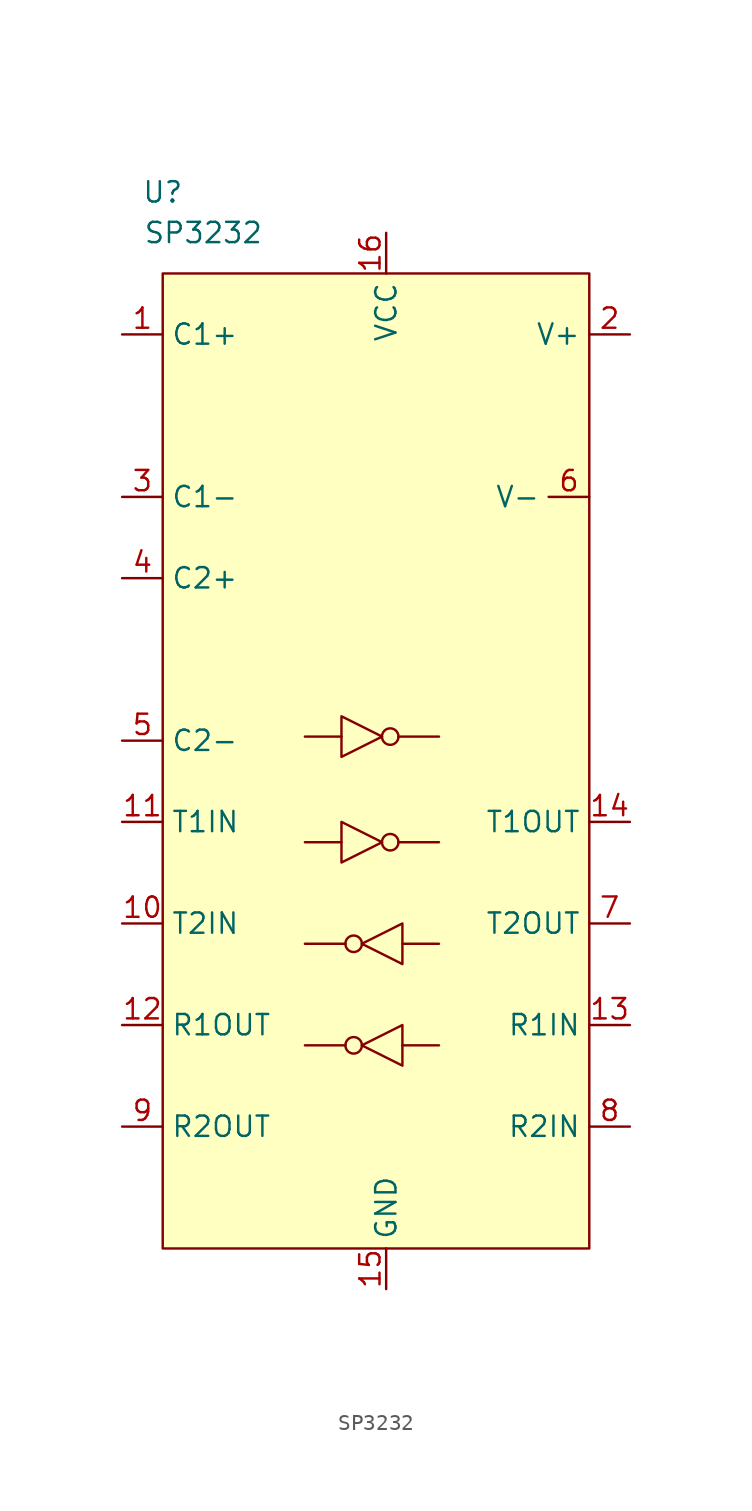
<source format=kicad_sym>
(kicad_symbol_lib
  (version 20211014)
  (generator kicad_symbol_editor)
  (symbol "SP3232"
    (property "Reference" "U"
      (at -8.89 19.05 0)
      (effects (font (size 1.27 1.27))))
    (property "Value" "SP3232"
      (at -6.35 16.51 0)
      (effects (font (size 1.27 1.27))))
    (symbol "SP3232_0_1"
      (rectangle (start -8.89 13.97) (end 17.78 -46.99) (stroke (width 0) (type default) (color 0 0 0 0)) (fill (type background)))
      (polyline (pts (xy 0 -21.59) (xy 2.286 -21.59)) (stroke (width 0) (type default) (color 0 0 0 0)) (fill (type none)))
      (polyline (pts (xy 0 -14.986) (xy 2.286 -14.986)) (stroke (width 0) (type default) (color 0 0 0 0)) (fill (type none)))
      (polyline (pts (xy 2.54 -34.29) (xy 0 -34.29)) (stroke (width 0) (type default) (color 0 0 0 0)) (fill (type none)))
      (polyline (pts (xy 2.54 -27.94) (xy 0 -27.94)) (stroke (width 0) (type default) (color 0 0 0 0)) (fill (type none)))
      (polyline (pts (xy 5.842 -21.59) (xy 8.382 -21.59)) (stroke (width 0) (type default) (color 0 0 0 0)) (fill (type none)))
      (polyline (pts (xy 5.842 -14.986) (xy 8.382 -14.986)) (stroke (width 0) (type default) (color 0 0 0 0)) (fill (type none)))
      (polyline (pts (xy 8.382 -34.29) (xy 6.096 -34.29)) (stroke (width 0) (type default) (color 0 0 0 0)) (fill (type none)))
      (polyline (pts (xy 8.382 -27.94) (xy 6.096 -27.94)) (stroke (width 0) (type default) (color 0 0 0 0)) (fill (type none)))
      (polyline (pts (xy 2.286 -20.32) (xy 2.286 -22.86) (xy 4.826 -21.59) (xy 2.286 -20.32)) (stroke (width 0) (type default) (color 0 0 0 0)) (fill (type background)))
      (polyline (pts (xy 2.286 -13.716) (xy 2.286 -16.256) (xy 4.826 -14.986) (xy 2.286 -13.716)) (stroke (width 0) (type default) (color 0 0 0 0)) (fill (type background)))
      (polyline (pts (xy 6.096 -35.56) (xy 6.096 -33.02) (xy 3.556 -34.29) (xy 6.096 -35.56)) (stroke (width 0) (type default) (color 0 0 0 0)) (fill (type background)))
      (polyline (pts (xy 6.096 -29.21) (xy 6.096 -26.67) (xy 3.556 -27.94) (xy 6.096 -29.21)) (stroke (width 0) (type default) (color 0 0 0 0)) (fill (type background)))
      (circle (center 3.048 -34.29) (radius 0.516) (stroke (width 0) (type default) (color 0 0 0 0)) (fill (type background)))
      (circle (center 3.048 -27.94) (radius 0.516) (stroke (width 0) (type default) (color 0 0 0 0)) (fill (type background)))
      (circle (center 5.334 -21.59) (radius 0.516) (stroke (width 0) (type default) (color 0 0 0 0)) (fill (type background)))
      (circle (center 5.334 -14.986) (radius 0.516) (stroke (width 0) (type default) (color 0 0 0 0)) (fill (type background))))
    (symbol "SP3232_1_1"
      (pin bidirectional line (at -11.43 10.16 0) (length 2.54) (name "C1+" (effects (font (size 1.27 1.27)))) (number "1" (effects (font (size 1.27 1.27)))))
      (pin bidirectional line (at -11.43 -26.67 0) (length 2.54) (name "T2IN" (effects (font (size 1.27 1.27)))) (number "10" (effects (font (size 1.27 1.27)))))
      (pin bidirectional line (at -11.43 -20.32 0) (length 2.54) (name "T1IN" (effects (font (size 1.27 1.27)))) (number "11" (effects (font (size 1.27 1.27)))))
      (pin bidirectional line (at -11.43 -33.02 0) (length 2.54) (name "R1OUT" (effects (font (size 1.27 1.27)))) (number "12" (effects (font (size 1.27 1.27)))))
      (pin bidirectional line (at 20.32 -33.02 180) (length 2.54) (name "R1IN" (effects (font (size 1.27 1.27)))) (number "13" (effects (font (size 1.27 1.27)))))
      (pin bidirectional line (at 20.32 -20.32 180) (length 2.54) (name "T1OUT" (effects (font (size 1.27 1.27)))) (number "14" (effects (font (size 1.27 1.27)))))
      (pin power_in line (at 5.08 -49.53 90) (length 2.54) (name "GND" (effects (font (size 1.27 1.27)))) (number "15" (effects (font (size 1.27 1.27)))))
      (pin bidirectional line (at 5.08 16.51 270) (length 2.54) (name "VCC" (effects (font (size 1.27 1.27)))) (number "16" (effects (font (size 1.27 1.27)))))
      (pin bidirectional line (at 20.32 10.16 180) (length 2.54) (name "V+" (effects (font (size 1.27 1.27)))) (number "2" (effects (font (size 1.27 1.27)))))
      (pin bidirectional line (at -11.43 0 0) (length 2.54) (name "C1-" (effects (font (size 1.27 1.27)))) (number "3" (effects (font (size 1.27 1.27)))))
      (pin bidirectional line (at -11.43 -5.08 0) (length 2.54) (name "C2+" (effects (font (size 1.27 1.27)))) (number "4" (effects (font (size 1.27 1.27)))))
      (pin bidirectional line (at -11.43 -15.24 0) (length 2.54) (name "C2-" (effects (font (size 1.27 1.27)))) (number "5" (effects (font (size 1.27 1.27)))))
      (pin bidirectional line (at 17.78 0 180) (length 2.54) (name "V-" (effects (font (size 1.27 1.27)))) (number "6" (effects (font (size 1.27 1.27)))))
      (pin bidirectional line (at 20.32 -26.67 180) (length 2.54) (name "T2OUT" (effects (font (size 1.27 1.27)))) (number "7" (effects (font (size 1.27 1.27)))))
      (pin bidirectional line (at 20.32 -39.37 180) (length 2.54) (name "R2IN" (effects (font (size 1.27 1.27)))) (number "8" (effects (font (size 1.27 1.27)))))
      (pin bidirectional line (at -11.43 -39.37 0) (length 2.54) (name "R2OUT" (effects (font (size 1.27 1.27)))) (number "9" (effects (font (size 1.27 1.27))))))))
</source>
